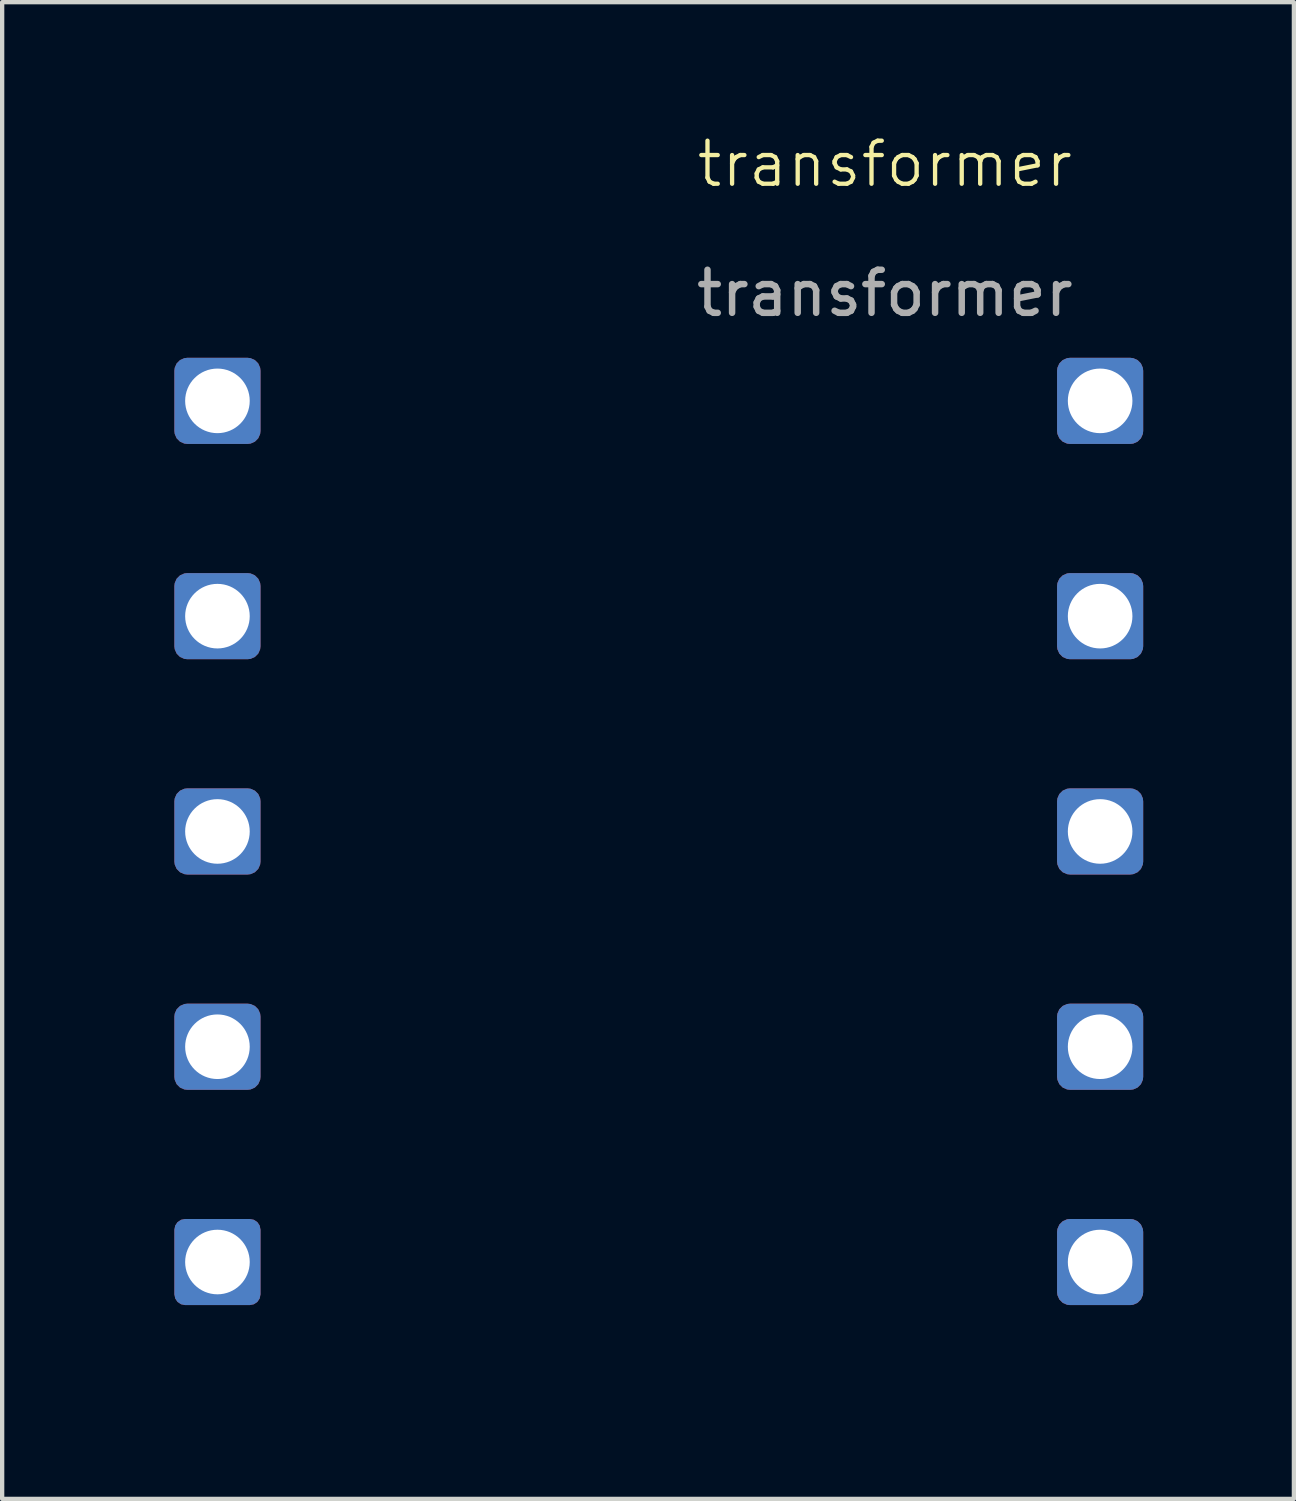
<source format=kicad_pcb>
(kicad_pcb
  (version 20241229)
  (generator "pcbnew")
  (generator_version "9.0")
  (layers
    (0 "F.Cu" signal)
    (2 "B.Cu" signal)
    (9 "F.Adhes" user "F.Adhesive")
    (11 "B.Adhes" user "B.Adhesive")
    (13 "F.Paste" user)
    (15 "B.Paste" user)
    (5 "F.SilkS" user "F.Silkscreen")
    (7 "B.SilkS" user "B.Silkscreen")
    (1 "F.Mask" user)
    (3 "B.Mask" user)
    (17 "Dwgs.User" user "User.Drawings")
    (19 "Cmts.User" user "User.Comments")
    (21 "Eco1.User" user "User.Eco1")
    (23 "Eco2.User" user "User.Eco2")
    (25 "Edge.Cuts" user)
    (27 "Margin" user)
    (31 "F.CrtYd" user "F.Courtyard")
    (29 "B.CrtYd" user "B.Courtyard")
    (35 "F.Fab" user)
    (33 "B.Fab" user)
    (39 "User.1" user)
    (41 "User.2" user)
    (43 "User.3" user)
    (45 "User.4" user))
  (footprint "transformer"
    (layer "F.Cu")
    (at 17.5 1.26)
    (property "Reference" "transformer" (at 0 -0.5 0) (unlocked yes) (layer "F.SilkS") (effects (font (size 1 1) (thickness 0.1))))
    (attr smd)
    (fp_text user "transformer" (at 0 2.5 0) (unlocked yes) (layer "F.Fab") (effects (font (size 1 1) (thickness 0.15))))
    (pad "1" thru_hole roundrect (at 5 5) (size 2 2) (drill 1.5) (layers "*.Cu" "*.Mask") (roundrect_rratio 0.15))
    (pad "2" thru_hole roundrect (at 5 10) (size 2 2) (drill 1.5) (layers "*.Cu" "*.Mask") (roundrect_rratio 0.15))
    (pad "3" thru_hole roundrect (at 5 15) (size 2 2) (drill 1.5) (layers "*.Cu" "*.Mask") (roundrect_rratio 0.15))
    (pad "4" thru_hole roundrect (at 5 20) (size 2 2) (drill 1.5) (layers "*.Cu" "*.Mask") (roundrect_rratio 0.15))
    (pad "5" thru_hole roundrect (at 5 25) (size 2 2) (drill 1.5) (layers "*.Cu" "*.Mask") (roundrect_rratio 0.15))
    (pad "6" thru_hole roundrect (at -15.5 25) (size 2 2) (drill 1.5) (layers "*.Cu" "*.Mask") (roundrect_rratio 0.125))
    (pad "7" thru_hole roundrect (at -15.5 20) (size 2 2) (drill 1.5) (layers "*.Cu" "*.Mask") (roundrect_rratio 0.15))
    (pad "8" thru_hole roundrect (at -15.5 15) (size 2 2) (drill 1.5) (layers "*.Cu" "*.Mask") (roundrect_rratio 0.15))
    (pad "9" thru_hole roundrect (at -15.5 10) (size 2 2) (drill 1.5) (layers "*.Cu" "*.Mask") (roundrect_rratio 0.15))
    (pad "10" thru_hole roundrect (at -15.5 5) (size 2 2) (drill 1.5) (layers "*.Cu" "*.Mask") (roundrect_rratio 0.15))
    (zone (net_name "") (layer "F.SilkS") (hatch edge 0.5) (connect_pads) (min_thickness 0.25) (filled_areas_thickness no) (keepout (tracks allowed) (vias allowed) (pads allowed) (copperpour allowed) (footprints not_allowed)) (placement (enabled no)) (fill) (polygon (pts (xy 0 3.26) (xy 0 28.761) (xy 24 28.761) (xy 24 3.26)))))
  (gr_rect
    (start -3 -3)
    (end 27 31.761)
    (stroke (width 0.1) (type default))
    (fill no)
    (layer "Edge.Cuts")))
</source>
